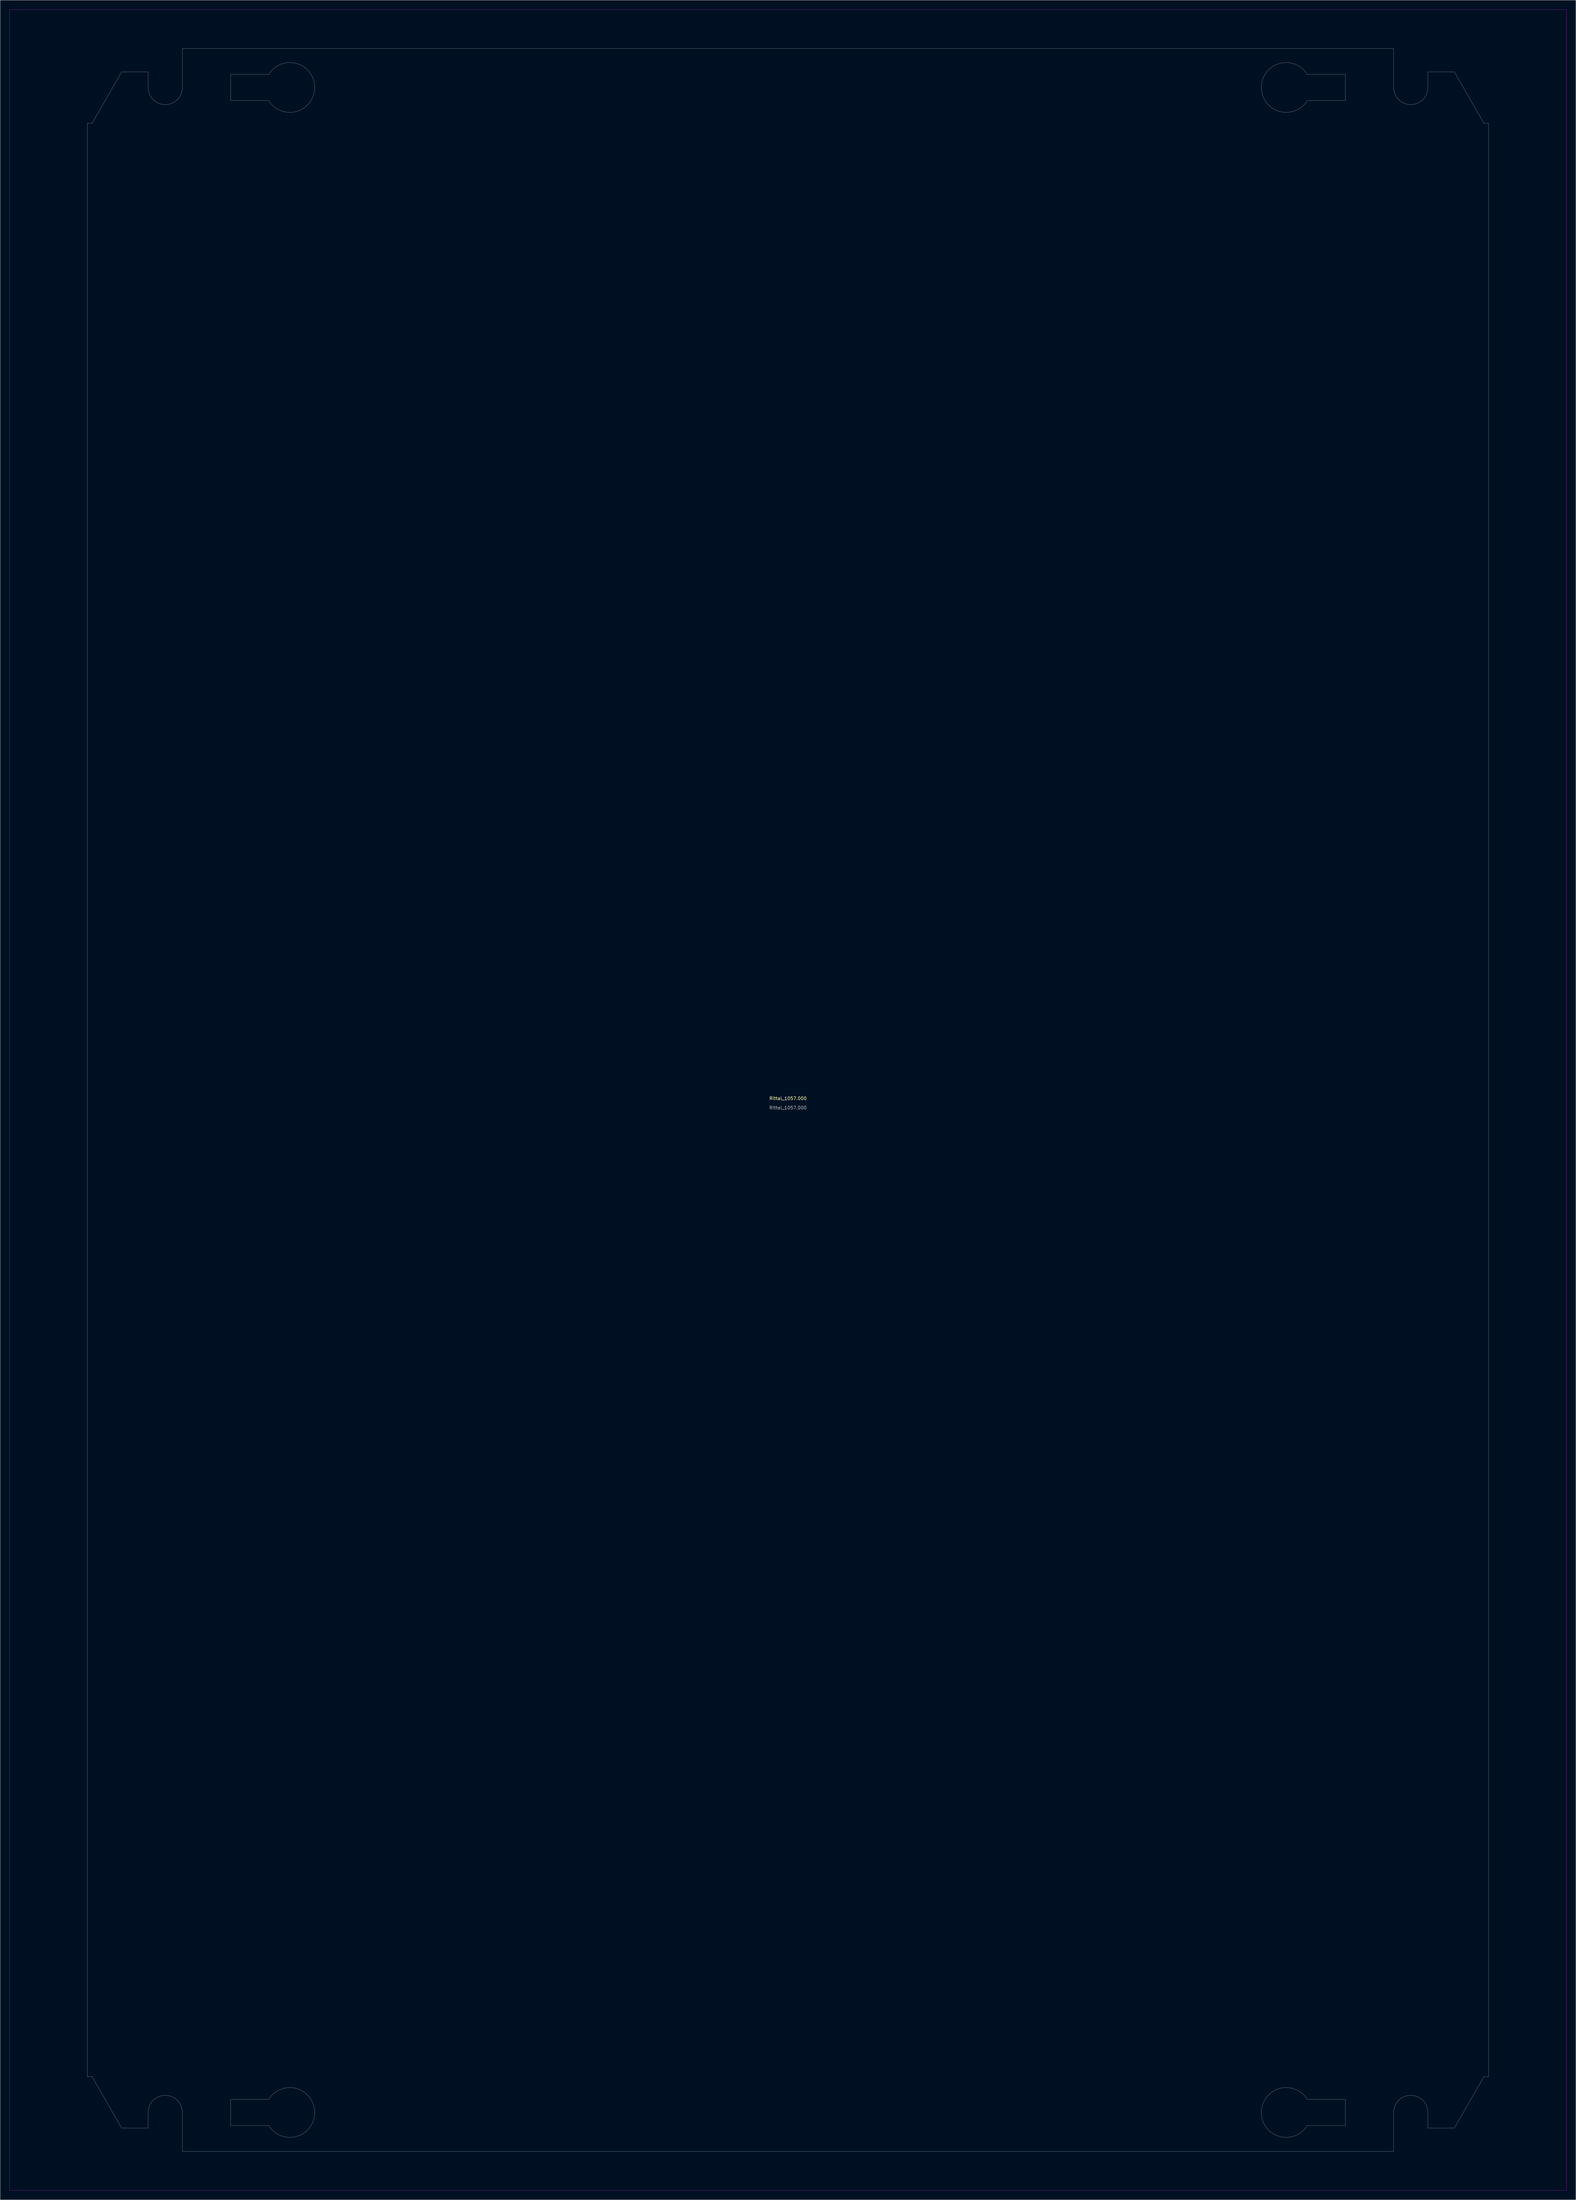
<source format=kicad_pcb>
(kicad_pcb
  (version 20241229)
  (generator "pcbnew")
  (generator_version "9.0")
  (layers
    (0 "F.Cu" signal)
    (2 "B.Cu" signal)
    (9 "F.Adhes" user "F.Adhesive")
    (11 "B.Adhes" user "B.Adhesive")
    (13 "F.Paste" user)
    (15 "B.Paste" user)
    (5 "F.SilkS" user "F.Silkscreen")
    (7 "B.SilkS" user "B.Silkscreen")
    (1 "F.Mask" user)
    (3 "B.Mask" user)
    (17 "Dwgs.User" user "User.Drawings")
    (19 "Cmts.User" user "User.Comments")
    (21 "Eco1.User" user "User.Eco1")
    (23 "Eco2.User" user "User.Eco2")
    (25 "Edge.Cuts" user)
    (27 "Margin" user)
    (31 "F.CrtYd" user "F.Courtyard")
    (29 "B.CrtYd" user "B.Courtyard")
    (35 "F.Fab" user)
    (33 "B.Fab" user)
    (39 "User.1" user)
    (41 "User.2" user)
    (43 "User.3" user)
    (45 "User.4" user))
  (footprint "Rittal_1057.000"
    (layer "F.Cu")
    (at 250.025 350.025)
    (property "Reference" "Rittal_1057.000" (at 0 -0.5 0) (unlocked yes) (layer "F.SilkS") (effects (font (size 1 1) (thickness 0.15))))
    (fp_line (start -225 -313.5) (end -225 313.5) (stroke (width 0.05) (type default)) (layer "Edge.Cuts"))
    (fp_line (start -223.5 -313.5) (end -225 -313.5) (stroke (width 0.05) (type default)) (layer "Edge.Cuts"))
    (fp_line (start -223.5 313.5) (end -225 313.5) (stroke (width 0.05) (type default)) (layer "Edge.Cuts"))
    (fp_line (start -214 -330) (end -223.5 -313.5) (stroke (width 0.05) (type default)) (layer "Edge.Cuts"))
    (fp_line (start -214 330) (end -223.5 313.5) (stroke (width 0.05) (type default)) (layer "Edge.Cuts"))
    (fp_line (start -205.5 -330) (end -214 -330) (stroke (width 0.05) (type default)) (layer "Edge.Cuts"))
    (fp_line (start -205.5 -330) (end -205.5 -325) (stroke (width 0.05) (type default)) (layer "Edge.Cuts"))
    (fp_line (start -205.5 330) (end -214 330) (stroke (width 0.05) (type default)) (layer "Edge.Cuts"))
    (fp_line (start -205.5 330) (end -205.5 325) (stroke (width 0.05) (type default)) (layer "Edge.Cuts"))
    (fp_line (start -194.5 -337.5) (end -194.5 -325) (stroke (width 0.05) (type default)) (layer "Edge.Cuts"))
    (fp_line (start -194.5 337.5) (end -194.5 325) (stroke (width 0.05) (type default)) (layer "Edge.Cuts"))
    (fp_line (start -194.5 337.5) (end 194.5 337.5) (stroke (width 0.05) (type default)) (layer "Edge.Cuts"))
    (fp_line (start -179 320.8) (end -166.8 320.8) (stroke (width 0.05) (type default)) (layer "Edge.Cuts"))
    (fp_line (start -179 329.2) (end -179 320.8) (stroke (width 0.05) (type default)) (layer "Edge.Cuts"))
    (fp_line (start -178.992 -329.2) (end -166.792 -329.2) (stroke (width 0.05) (type default)) (layer "Edge.Cuts"))
    (fp_line (start -178.992 -320.8) (end -178.992 -329.2) (stroke (width 0.05) (type default)) (layer "Edge.Cuts"))
    (fp_line (start -166.8 329.2) (end -179 329.2) (stroke (width 0.05) (type default)) (layer "Edge.Cuts"))
    (fp_line (start -166.792 -320.8) (end -178.992 -320.8) (stroke (width 0.05) (type default)) (layer "Edge.Cuts"))
    (fp_line (start 166.8 -320.8) (end 179 -320.8) (stroke (width 0.05) (type default)) (layer "Edge.Cuts"))
    (fp_line (start 166.8 329.2) (end 179 329.2) (stroke (width 0.05) (type default)) (layer "Edge.Cuts"))
    (fp_line (start 179 -329.2) (end 166.8 -329.2) (stroke (width 0.05) (type default)) (layer "Edge.Cuts"))
    (fp_line (start 179 -320.8) (end 179 -329.2) (stroke (width 0.05) (type default)) (layer "Edge.Cuts"))
    (fp_line (start 179 320.8) (end 166.8 320.8) (stroke (width 0.05) (type default)) (layer "Edge.Cuts"))
    (fp_line (start 179 329.2) (end 179 320.8) (stroke (width 0.05) (type default)) (layer "Edge.Cuts"))
    (fp_line (start 194.5 -337.5) (end -194.5 -337.5) (stroke (width 0.05) (type default)) (layer "Edge.Cuts"))
    (fp_line (start 194.5 -337.5) (end 194.5 -325) (stroke (width 0.05) (type default)) (layer "Edge.Cuts"))
    (fp_line (start 194.5 337.5) (end 194.5 325) (stroke (width 0.05) (type default)) (layer "Edge.Cuts"))
    (fp_line (start 205.5 -330) (end 205.5 -325) (stroke (width 0.05) (type default)) (layer "Edge.Cuts"))
    (fp_line (start 205.5 -330) (end 214 -330) (stroke (width 0.05) (type default)) (layer "Edge.Cuts"))
    (fp_line (start 205.5 330) (end 205.5 325) (stroke (width 0.05) (type default)) (layer "Edge.Cuts"))
    (fp_line (start 205.5 330) (end 214 330) (stroke (width 0.05) (type default)) (layer "Edge.Cuts"))
    (fp_line (start 214 -330) (end 223.5 -313.5) (stroke (width 0.05) (type default)) (layer "Edge.Cuts"))
    (fp_line (start 214 330) (end 223.5 313.5) (stroke (width 0.05) (type default)) (layer "Edge.Cuts"))
    (fp_line (start 223.5 -313.5) (end 225 -313.5) (stroke (width 0.05) (type default)) (layer "Edge.Cuts"))
    (fp_line (start 223.5 313.5) (end 225 313.5) (stroke (width 0.05) (type default)) (layer "Edge.Cuts"))
    (fp_line (start 225 313.5) (end 225 -313.5) (stroke (width 0.05) (type default)) (layer "Edge.Cuts"))
    (fp_arc (start -205.5 325) (mid -200 319.5) (end -194.5 325) (stroke (width 0.05) (type default)) (layer "Edge.Cuts"))
    (fp_arc (start -194.5 -325) (mid -200 -319.5) (end -205.5 -325) (stroke (width 0.05) (type default)) (layer "Edge.Cuts"))
    (fp_arc (start -166.8 320.8) (mid -152.007504 325) (end -166.8 329.2) (stroke (width 0.05) (type default)) (layer "Edge.Cuts"))
    (fp_arc (start -166.792496 -329.2) (mid -152 -325) (end -166.792496 -320.8) (stroke (width 0.05) (type default)) (layer "Edge.Cuts"))
    (fp_arc (start 166.8 -320.8) (mid 152.007504 -325) (end 166.8 -329.2) (stroke (width 0.05) (type default)) (layer "Edge.Cuts"))
    (fp_arc (start 166.8 329.2) (mid 152.007504 325) (end 166.8 320.8) (stroke (width 0.05) (type default)) (layer "Edge.Cuts"))
    (fp_arc (start 194.5 325) (mid 200 319.5) (end 205.5 325) (stroke (width 0.05) (type default)) (layer "Edge.Cuts"))
    (fp_arc (start 205.5 -325) (mid 200 -319.5) (end 194.5 -325) (stroke (width 0.05) (type default)) (layer "Edge.Cuts"))
    (fp_rect (start -250 350) (end 250 -350) (stroke (width 0.05) (type solid)) (fill no) (layer "F.CrtYd"))
    (fp_text user "${REFERENCE}" (at 0 2.5 0) (unlocked yes) (layer "F.Fab") (effects (font (size 1 1) (thickness 0.15)))))
  (gr_rect
    (start -3 -3)
    (end 503.05 703.05)
    (stroke (width 0.1) (type default))
    (fill no)
    (layer "Edge.Cuts")))
</source>
